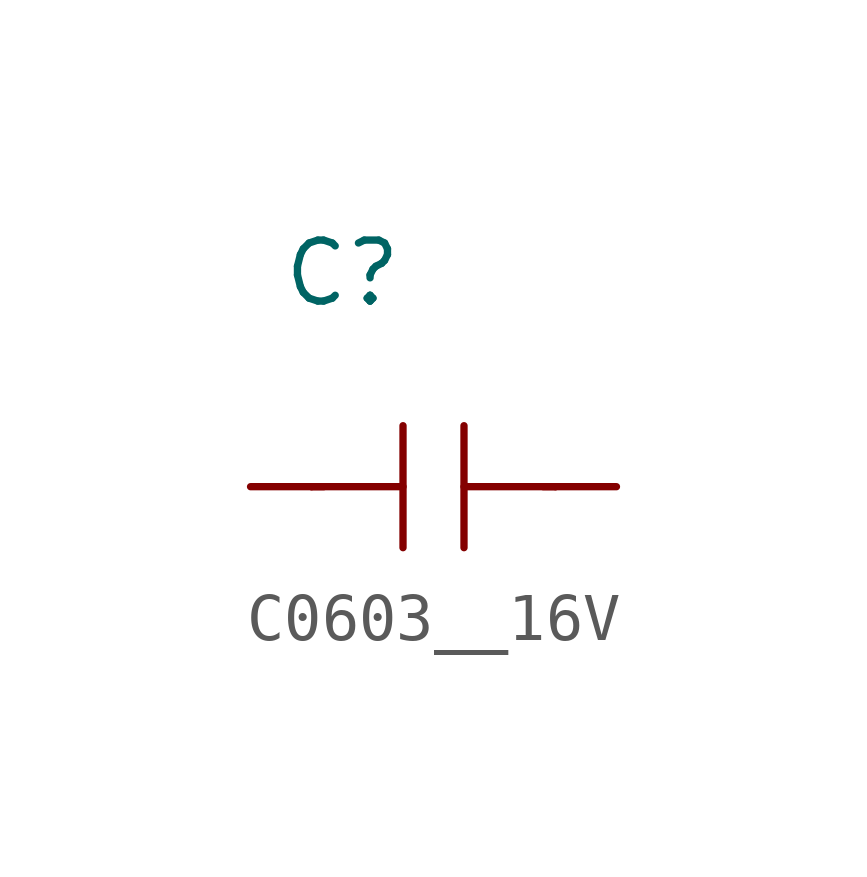
<source format=kicad_sym>
(kicad_symbol_lib
  (version 20211014)
  (generator kicad_symbol_editor)
  (symbol "C0603__16V"
    (pin_numbers hide)
    (pin_names
      (offset 1.016))
    (property "Reference" "C"
      (at -3.175 4.445 0)
      (effects (font (size 1.27 1.27)) (justify left)))
    (property "Spec." ""
      (at 0 0 0)
      (effects (font (size 1.27 1.27))))
    (symbol "C0603__16V_1_1"
      (polyline (pts (xy -2.54 0) (xy -0.635 0)) (stroke (width 0) (type default) (color 0 0 0 0)) (fill (type none)))
      (polyline (pts (xy -2.286 0) (xy -2.54 0)) (stroke (width 0) (type default) (color 0 0 0 0)) (fill (type none)))
      (polyline (pts (xy -0.635 1.27) (xy -0.635 -1.27)) (stroke (width 0) (type default) (color 0 0 0 0)) (fill (type none)))
      (polyline (pts (xy 0.635 0) (xy 2.54 0)) (stroke (width 0) (type default) (color 0 0 0 0)) (fill (type none)))
      (polyline (pts (xy 0.635 1.27) (xy 0.635 -1.27)) (stroke (width 0) (type default) (color 0 0 0 0)) (fill (type none)))
      (polyline (pts (xy 2.286 0) (xy 2.54 0)) (stroke (width 0) (type default) (color 0 0 0 0)) (fill (type none)))
      (pin passive line (at -3.81 0 0) (length 1.27) (name "~" (effects (font (size 1.27 1.27)))) (number "1" (effects (font (size 1.27 1.27)))))
      (pin passive line (at 3.81 0 180) (length 1.27) (name "~" (effects (font (size 1.27 1.27)))) (number "2" (effects (font (size 1.27 1.27))))))))
</source>
